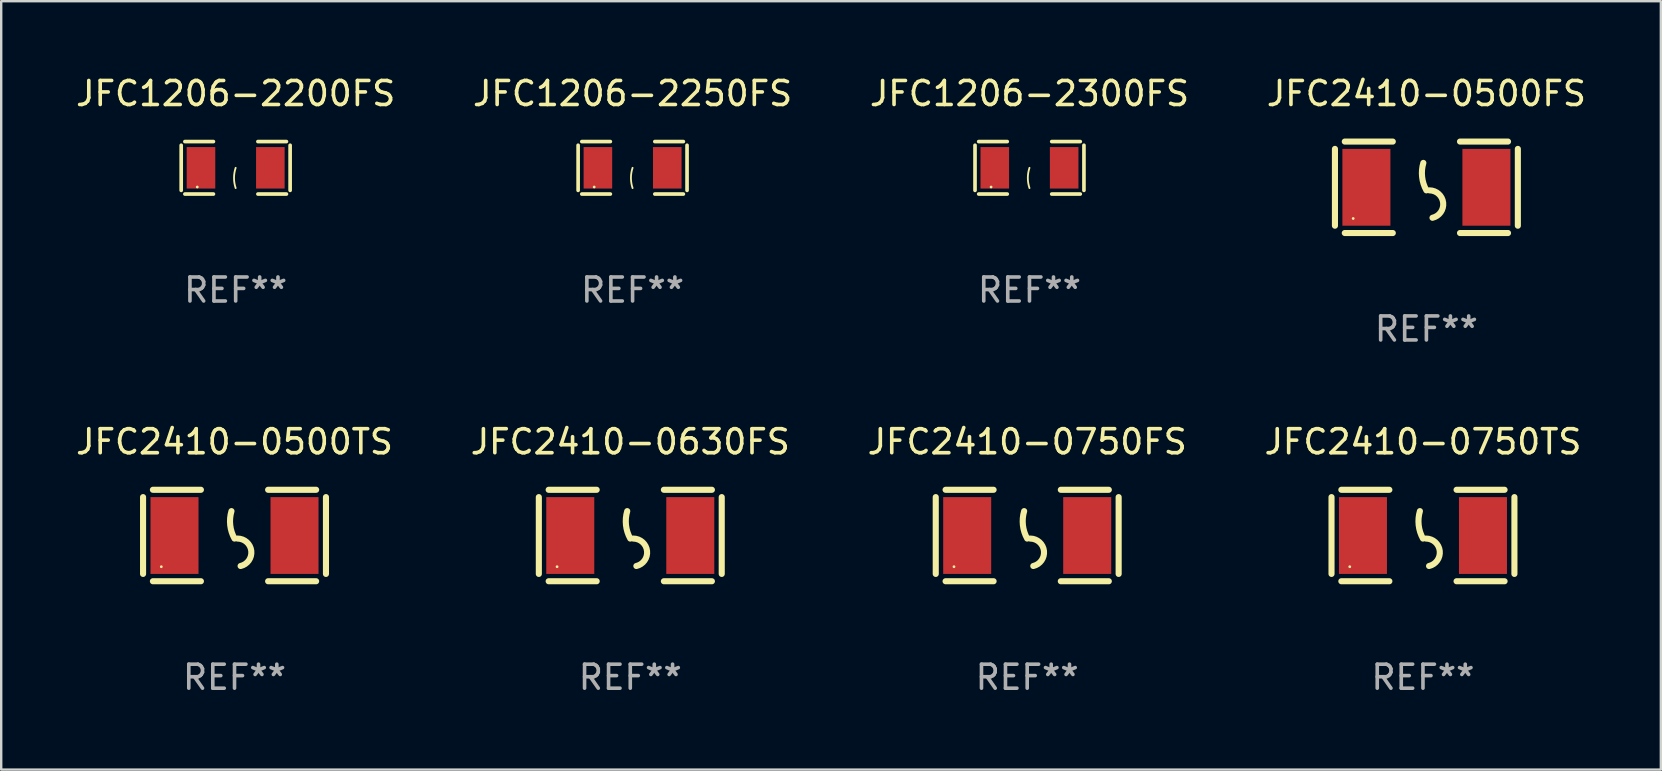
<source format=kicad_pcb>
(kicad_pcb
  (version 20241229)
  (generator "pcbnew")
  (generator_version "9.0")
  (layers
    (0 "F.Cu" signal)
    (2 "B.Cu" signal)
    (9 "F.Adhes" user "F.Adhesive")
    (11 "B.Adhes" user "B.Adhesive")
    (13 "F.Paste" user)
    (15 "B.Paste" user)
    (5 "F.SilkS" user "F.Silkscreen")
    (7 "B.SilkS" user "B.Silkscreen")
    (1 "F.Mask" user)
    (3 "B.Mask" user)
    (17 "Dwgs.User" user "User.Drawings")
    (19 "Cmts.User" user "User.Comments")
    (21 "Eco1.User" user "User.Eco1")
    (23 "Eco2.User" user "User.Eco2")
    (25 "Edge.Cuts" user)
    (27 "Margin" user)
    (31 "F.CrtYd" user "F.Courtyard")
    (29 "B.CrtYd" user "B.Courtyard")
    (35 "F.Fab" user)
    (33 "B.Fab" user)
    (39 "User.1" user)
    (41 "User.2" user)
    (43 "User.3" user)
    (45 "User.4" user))
  (footprint "JFC1206-2300FS"
    (layer "F.Cu")
    (at 39.839 3.941)
    (property "Reference" "JFC1206-2300FS" (at 0 -3.093 0) (layer "F.SilkS") (effects (font (size 1 1) (thickness 0.15))))
    (attr through_hole)
    (fp_line (start -2.269 -0.94) (end -2.269 0.94) (stroke (width 0.152) (type solid)) (layer "F.SilkS"))
    (fp_line (start -2.116 1.093) (end -0.926 1.093) (stroke (width 0.152) (type solid)) (layer "F.SilkS"))
    (fp_line (start -0.926 -1.093) (end -2.116 -1.093) (stroke (width 0.152) (type solid)) (layer "F.SilkS"))
    (fp_line (start 0.926 -1.093) (end 2.116 -1.093) (stroke (width 0.152) (type solid)) (layer "F.SilkS"))
    (fp_line (start 2.116 1.093) (end 0.926 1.093) (stroke (width 0.152) (type solid)) (layer "F.SilkS"))
    (fp_line (start 2.269 -0.94) (end 2.269 0.94) (stroke (width 0.152) (type solid)) (layer "F.SilkS"))
    (fp_arc (start 0 0.844951) (mid -0.068559 0.422475) (end 0 0) (stroke (width 0.0762) (type solid)) (layer "F.SilkS"))
    (fp_circle (center -1.6 0.8) (end -1.57 0.8) (stroke (width 0.06) (type solid)) (fill no) (layer "F.SilkS"))
    (fp_text user "REF**" (at 0 5.093 0) (layer "F.Fab") (effects (font (size 1 1) (thickness 0.15))))
    (pad "1" smd rect (at -1.445 0) (size 1.19 1.728) (layers "F.Cu" "F.Mask" "F.Paste"))
    (pad "2" smd rect (at 1.445 0) (size 1.19 1.728) (layers "F.Cu" "F.Mask" "F.Paste")))
  (footprint "JFC2410-0750FS"
    (layer "F.Cu")
    (at 39.744 19.26)
    (property "Reference" "JFC2410-0750FS" (at 0 -3.905 0) (layer "F.SilkS") (effects (font (size 1 1) (thickness 0.15))))
    (attr through_hole)
    (fp_line (start -3.81 -1.6) (end -3.81 1.6) (stroke (width 0.254) (type solid)) (layer "F.SilkS"))
    (fp_line (start -3.4 -1.905) (end -1.4 -1.905) (stroke (width 0.254) (type solid)) (layer "F.SilkS"))
    (fp_line (start -3.4 1.905) (end -1.4 1.905) (stroke (width 0.254) (type solid)) (layer "F.SilkS"))
    (fp_line (start 1.4 -1.905) (end 3.4 -1.905) (stroke (width 0.254) (type solid)) (layer "F.SilkS"))
    (fp_line (start 1.4 1.905) (end 3.4 1.905) (stroke (width 0.254) (type solid)) (layer "F.SilkS"))
    (fp_line (start 3.81 -1.6) (end 3.81 1.6) (stroke (width 0.254) (type solid)) (layer "F.SilkS"))
    (fp_arc (start 0 0.127) (mid -0.178599 -0.431712) (end -0.127 -1.016002) (stroke (width 0.254001) (type solid)) (layer "F.SilkS"))
    (fp_arc (start 0.126999 0.127) (mid 0.698883 0.642014) (end 0.254001 1.270003) (stroke (width 0.254001) (type solid)) (layer "F.SilkS"))
    (fp_circle (center -3.05 1.3) (end -3.02 1.3) (stroke (width 0.06) (type solid)) (fill no) (layer "F.SilkS"))
    (fp_text user "REF**" (at 0 5.905 0) (layer "F.Fab") (effects (font (size 1 1) (thickness 0.15))))
    (pad "1" smd rect (at -2.5 0) (size 2 3.2) (layers "F.Cu" "F.Mask" "F.Paste"))
    (pad "2" smd rect (at 2.5 0) (size 2 3.2) (layers "F.Cu" "F.Mask" "F.Paste")))
  (footprint "JFC1206-2200FS"
    (layer "F.Cu")
    (at 6.768 3.941)
    (property "Reference" "JFC1206-2200FS" (at 0 -3.093 0) (layer "F.SilkS") (effects (font (size 1 1) (thickness 0.15))))
    (attr through_hole)
    (fp_line (start -2.269 -0.94) (end -2.269 0.94) (stroke (width 0.152) (type solid)) (layer "F.SilkS"))
    (fp_line (start -2.116 1.093) (end -0.926 1.093) (stroke (width 0.152) (type solid)) (layer "F.SilkS"))
    (fp_line (start -0.926 -1.093) (end -2.116 -1.093) (stroke (width 0.152) (type solid)) (layer "F.SilkS"))
    (fp_line (start 0.926 -1.093) (end 2.116 -1.093) (stroke (width 0.152) (type solid)) (layer "F.SilkS"))
    (fp_line (start 2.116 1.093) (end 0.926 1.093) (stroke (width 0.152) (type solid)) (layer "F.SilkS"))
    (fp_line (start 2.269 -0.94) (end 2.269 0.94) (stroke (width 0.152) (type solid)) (layer "F.SilkS"))
    (fp_arc (start 0 0.844951) (mid -0.068559 0.422475) (end 0 0) (stroke (width 0.0762) (type solid)) (layer "F.SilkS"))
    (fp_circle (center -1.6 0.8) (end -1.57 0.8) (stroke (width 0.06) (type solid)) (fill no) (layer "F.SilkS"))
    (fp_text user "REF**" (at 0 5.093 0) (layer "F.Fab") (effects (font (size 1 1) (thickness 0.15))))
    (pad "1" smd rect (at -1.445 0) (size 1.19 1.728) (layers "F.Cu" "F.Mask" "F.Paste"))
    (pad "2" smd rect (at 1.445 0) (size 1.19 1.728) (layers "F.Cu" "F.Mask" "F.Paste")))
  (footprint "JFC2410-0500TS"
    (layer "F.Cu")
    (at 6.72 19.26)
    (property "Reference" "JFC2410-0500TS" (at 0 -3.905 0) (layer "F.SilkS") (effects (font (size 1 1) (thickness 0.15))))
    (attr through_hole)
    (fp_line (start -3.81 -1.6) (end -3.81 1.6) (stroke (width 0.254) (type solid)) (layer "F.SilkS"))
    (fp_line (start -3.4 -1.905) (end -1.4 -1.905) (stroke (width 0.254) (type solid)) (layer "F.SilkS"))
    (fp_line (start -3.4 1.905) (end -1.4 1.905) (stroke (width 0.254) (type solid)) (layer "F.SilkS"))
    (fp_line (start 1.4 -1.905) (end 3.4 -1.905) (stroke (width 0.254) (type solid)) (layer "F.SilkS"))
    (fp_line (start 1.4 1.905) (end 3.4 1.905) (stroke (width 0.254) (type solid)) (layer "F.SilkS"))
    (fp_line (start 3.81 -1.6) (end 3.81 1.6) (stroke (width 0.254) (type solid)) (layer "F.SilkS"))
    (fp_arc (start 0 0.127) (mid -0.178599 -0.431712) (end -0.127 -1.016002) (stroke (width 0.254001) (type solid)) (layer "F.SilkS"))
    (fp_arc (start 0.126999 0.127) (mid 0.698883 0.642014) (end 0.254001 1.270003) (stroke (width 0.254001) (type solid)) (layer "F.SilkS"))
    (fp_circle (center -3.05 1.3) (end -3.02 1.3) (stroke (width 0.06) (type solid)) (fill no) (layer "F.SilkS"))
    (fp_text user "REF**" (at 0 5.905 0) (layer "F.Fab") (effects (font (size 1 1) (thickness 0.15))))
    (pad "1" smd rect (at -2.5 0) (size 2 3.2) (layers "F.Cu" "F.Mask" "F.Paste"))
    (pad "2" smd rect (at 2.5 0) (size 2 3.2) (layers "F.Cu" "F.Mask" "F.Paste")))
  (footprint "JFC1206-2250FS"
    (layer "F.Cu")
    (at 23.304 3.941)
    (property "Reference" "JFC1206-2250FS" (at 0 -3.093 0) (layer "F.SilkS") (effects (font (size 1 1) (thickness 0.15))))
    (attr through_hole)
    (fp_line (start -2.269 -0.94) (end -2.269 0.94) (stroke (width 0.152) (type solid)) (layer "F.SilkS"))
    (fp_line (start -2.116 1.093) (end -0.926 1.093) (stroke (width 0.152) (type solid)) (layer "F.SilkS"))
    (fp_line (start -0.926 -1.093) (end -2.116 -1.093) (stroke (width 0.152) (type solid)) (layer "F.SilkS"))
    (fp_line (start 0.926 -1.093) (end 2.116 -1.093) (stroke (width 0.152) (type solid)) (layer "F.SilkS"))
    (fp_line (start 2.116 1.093) (end 0.926 1.093) (stroke (width 0.152) (type solid)) (layer "F.SilkS"))
    (fp_line (start 2.269 -0.94) (end 2.269 0.94) (stroke (width 0.152) (type solid)) (layer "F.SilkS"))
    (fp_arc (start 0 0.844951) (mid -0.068559 0.422475) (end 0 0) (stroke (width 0.0762) (type solid)) (layer "F.SilkS"))
    (fp_circle (center -1.6 0.8) (end -1.57 0.8) (stroke (width 0.06) (type solid)) (fill no) (layer "F.SilkS"))
    (fp_text user "REF**" (at 0 5.093 0) (layer "F.Fab") (effects (font (size 1 1) (thickness 0.15))))
    (pad "1" smd rect (at -1.445 0) (size 1.19 1.728) (layers "F.Cu" "F.Mask" "F.Paste"))
    (pad "2" smd rect (at 1.445 0) (size 1.19 1.728) (layers "F.Cu" "F.Mask" "F.Paste")))
  (footprint "JFC2410-0750TS"
    (layer "F.Cu")
    (at 56.232 19.26)
    (property "Reference" "JFC2410-0750TS" (at 0 -3.905 0) (layer "F.SilkS") (effects (font (size 1 1) (thickness 0.15))))
    (attr through_hole)
    (fp_line (start -3.81 -1.6) (end -3.81 1.6) (stroke (width 0.254) (type solid)) (layer "F.SilkS"))
    (fp_line (start -3.4 -1.905) (end -1.4 -1.905) (stroke (width 0.254) (type solid)) (layer "F.SilkS"))
    (fp_line (start -3.4 1.905) (end -1.4 1.905) (stroke (width 0.254) (type solid)) (layer "F.SilkS"))
    (fp_line (start 1.4 -1.905) (end 3.4 -1.905) (stroke (width 0.254) (type solid)) (layer "F.SilkS"))
    (fp_line (start 1.4 1.905) (end 3.4 1.905) (stroke (width 0.254) (type solid)) (layer "F.SilkS"))
    (fp_line (start 3.81 -1.6) (end 3.81 1.6) (stroke (width 0.254) (type solid)) (layer "F.SilkS"))
    (fp_arc (start 0 0.127) (mid -0.178599 -0.431712) (end -0.127 -1.016002) (stroke (width 0.254001) (type solid)) (layer "F.SilkS"))
    (fp_arc (start 0.126999 0.127) (mid 0.698883 0.642014) (end 0.254001 1.270003) (stroke (width 0.254001) (type solid)) (layer "F.SilkS"))
    (fp_circle (center -3.05 1.3) (end -3.02 1.3) (stroke (width 0.06) (type solid)) (fill no) (layer "F.SilkS"))
    (fp_text user "REF**" (at 0 5.905 0) (layer "F.Fab") (effects (font (size 1 1) (thickness 0.15))))
    (pad "1" smd rect (at -2.5 0) (size 2 3.2) (layers "F.Cu" "F.Mask" "F.Paste"))
    (pad "2" smd rect (at 2.5 0) (size 2 3.2) (layers "F.Cu" "F.Mask" "F.Paste")))
  (footprint "JFC2410-0630FS"
    (layer "F.Cu")
    (at 23.208 19.26)
    (property "Reference" "JFC2410-0630FS" (at 0 -3.905 0) (layer "F.SilkS") (effects (font (size 1 1) (thickness 0.15))))
    (attr through_hole)
    (fp_line (start -3.81 -1.6) (end -3.81 1.6) (stroke (width 0.254) (type solid)) (layer "F.SilkS"))
    (fp_line (start -3.4 -1.905) (end -1.4 -1.905) (stroke (width 0.254) (type solid)) (layer "F.SilkS"))
    (fp_line (start -3.4 1.905) (end -1.4 1.905) (stroke (width 0.254) (type solid)) (layer "F.SilkS"))
    (fp_line (start 1.4 -1.905) (end 3.4 -1.905) (stroke (width 0.254) (type solid)) (layer "F.SilkS"))
    (fp_line (start 1.4 1.905) (end 3.4 1.905) (stroke (width 0.254) (type solid)) (layer "F.SilkS"))
    (fp_line (start 3.81 -1.6) (end 3.81 1.6) (stroke (width 0.254) (type solid)) (layer "F.SilkS"))
    (fp_arc (start 0 0.127) (mid -0.178599 -0.431712) (end -0.127 -1.016002) (stroke (width 0.254001) (type solid)) (layer "F.SilkS"))
    (fp_arc (start 0.126999 0.127) (mid 0.698883 0.642014) (end 0.254001 1.270003) (stroke (width 0.254001) (type solid)) (layer "F.SilkS"))
    (fp_circle (center -3.05 1.3) (end -3.02 1.3) (stroke (width 0.06) (type solid)) (fill no) (layer "F.SilkS"))
    (fp_text user "REF**" (at 0 5.905 0) (layer "F.Fab") (effects (font (size 1 1) (thickness 0.15))))
    (pad "1" smd rect (at -2.5 0) (size 2 3.2) (layers "F.Cu" "F.Mask" "F.Paste"))
    (pad "2" smd rect (at 2.5 0) (size 2 3.2) (layers "F.Cu" "F.Mask" "F.Paste")))
  (footprint "JFC2410-0500FS"
    (layer "F.Cu")
    (at 56.375 4.753)
    (property "Reference" "JFC2410-0500FS" (at 0 -3.905 0) (layer "F.SilkS") (effects (font (size 1 1) (thickness 0.15))))
    (attr through_hole)
    (fp_line (start -3.81 -1.6) (end -3.81 1.6) (stroke (width 0.254) (type solid)) (layer "F.SilkS"))
    (fp_line (start -3.4 -1.905) (end -1.4 -1.905) (stroke (width 0.254) (type solid)) (layer "F.SilkS"))
    (fp_line (start -3.4 1.905) (end -1.4 1.905) (stroke (width 0.254) (type solid)) (layer "F.SilkS"))
    (fp_line (start 1.4 -1.905) (end 3.4 -1.905) (stroke (width 0.254) (type solid)) (layer "F.SilkS"))
    (fp_line (start 1.4 1.905) (end 3.4 1.905) (stroke (width 0.254) (type solid)) (layer "F.SilkS"))
    (fp_line (start 3.81 -1.6) (end 3.81 1.6) (stroke (width 0.254) (type solid)) (layer "F.SilkS"))
    (fp_arc (start 0 0.127) (mid -0.178599 -0.431712) (end -0.127 -1.016002) (stroke (width 0.254001) (type solid)) (layer "F.SilkS"))
    (fp_arc (start 0.126999 0.127) (mid 0.698883 0.642014) (end 0.254001 1.270003) (stroke (width 0.254001) (type solid)) (layer "F.SilkS"))
    (fp_circle (center -3.05 1.3) (end -3.02 1.3) (stroke (width 0.06) (type solid)) (fill no) (layer "F.SilkS"))
    (fp_text user "REF**" (at 0 5.905 0) (layer "F.Fab") (effects (font (size 1 1) (thickness 0.15))))
    (pad "1" smd rect (at -2.5 0) (size 2 3.2) (layers "F.Cu" "F.Mask" "F.Paste"))
    (pad "2" smd rect (at 2.5 0) (size 2 3.2) (layers "F.Cu" "F.Mask" "F.Paste")))
  (gr_rect
    (start -3 -3)
    (end 66.143 29.013)
    (stroke (width 0.1) (type default))
    (fill no)
    (layer "Edge.Cuts")))
</source>
